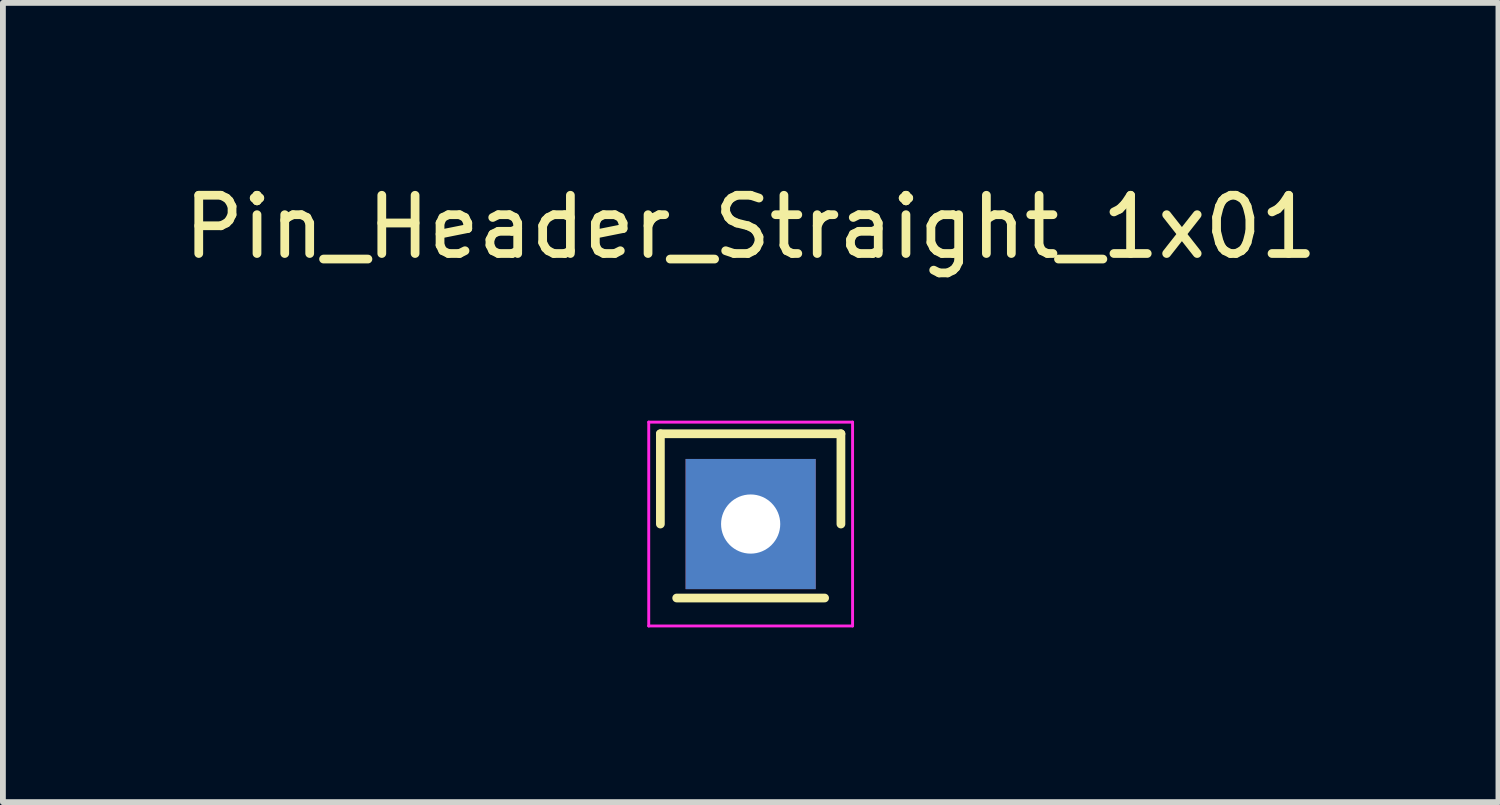
<source format=kicad_pcb>
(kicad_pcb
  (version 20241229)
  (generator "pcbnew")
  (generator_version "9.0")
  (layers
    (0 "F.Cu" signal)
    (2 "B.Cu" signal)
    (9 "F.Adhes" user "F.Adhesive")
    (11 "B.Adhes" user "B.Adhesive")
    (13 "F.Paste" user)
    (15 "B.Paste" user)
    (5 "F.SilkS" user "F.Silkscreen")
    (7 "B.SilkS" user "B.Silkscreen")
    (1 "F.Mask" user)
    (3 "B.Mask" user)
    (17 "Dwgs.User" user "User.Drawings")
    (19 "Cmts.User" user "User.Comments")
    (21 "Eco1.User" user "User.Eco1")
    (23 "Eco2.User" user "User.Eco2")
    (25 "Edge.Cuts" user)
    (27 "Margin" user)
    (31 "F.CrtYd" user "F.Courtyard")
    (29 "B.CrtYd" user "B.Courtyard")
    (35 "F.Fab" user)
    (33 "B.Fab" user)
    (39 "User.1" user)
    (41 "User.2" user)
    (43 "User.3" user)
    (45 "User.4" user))
  (footprint "Pin_Header_Straight_1x01"
    (layer "F.Cu")
    (at 9.839 5.948)
    (property "Reference" "Pin_Header_Straight_1x01" (at 0 -5.1 0) (layer "F.SilkS") (effects (font (size 1 1) (thickness 0.15))))
    (attr through_hole)
    (fp_line (start -1.55 -1.55) (end 1.55 -1.55) (stroke (width 0.15) (type solid)) (layer "F.SilkS"))
    (fp_line (start -1.55 0) (end -1.55 -1.55) (stroke (width 0.15) (type solid)) (layer "F.SilkS"))
    (fp_line (start -1.27 1.27) (end 1.27 1.27) (stroke (width 0.15) (type solid)) (layer "F.SilkS"))
    (fp_line (start 1.55 -1.55) (end 1.55 0) (stroke (width 0.15) (type solid)) (layer "F.SilkS"))
    (fp_line (start -1.75 -1.75) (end -1.75 1.75) (stroke (width 0.05) (type solid)) (layer "F.CrtYd"))
    (fp_line (start -1.75 -1.75) (end 1.75 -1.75) (stroke (width 0.05) (type solid)) (layer "F.CrtYd"))
    (fp_line (start -1.75 1.75) (end 1.75 1.75) (stroke (width 0.05) (type solid)) (layer "F.CrtYd"))
    (fp_line (start 1.75 -1.75) (end 1.75 1.75) (stroke (width 0.05) (type solid)) (layer "F.CrtYd"))
    (pad "1" thru_hole rect (at 0 0) (size 2.235 2.235) (drill 1.016) (layers "*.Cu" "*.Mask")))
  (gr_rect
    (start -3 -3)
    (end 22.679 10.723)
    (stroke (width 0.1) (type default))
    (fill no)
    (layer "Edge.Cuts")))
</source>
